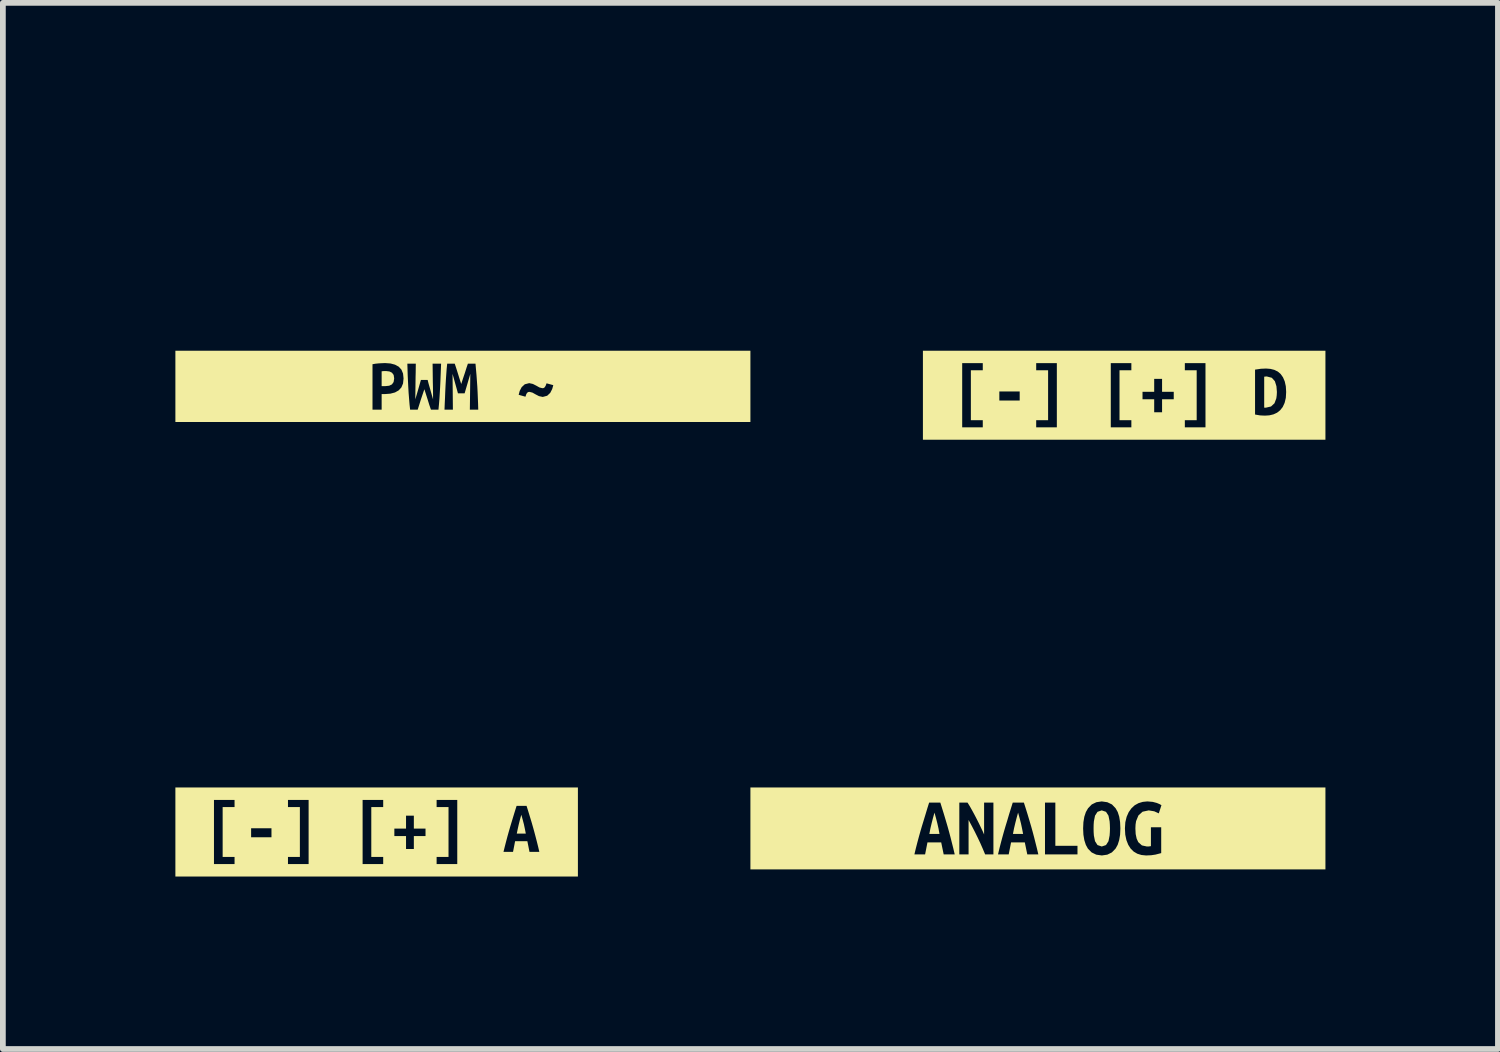
<source format=kicad_pcb>
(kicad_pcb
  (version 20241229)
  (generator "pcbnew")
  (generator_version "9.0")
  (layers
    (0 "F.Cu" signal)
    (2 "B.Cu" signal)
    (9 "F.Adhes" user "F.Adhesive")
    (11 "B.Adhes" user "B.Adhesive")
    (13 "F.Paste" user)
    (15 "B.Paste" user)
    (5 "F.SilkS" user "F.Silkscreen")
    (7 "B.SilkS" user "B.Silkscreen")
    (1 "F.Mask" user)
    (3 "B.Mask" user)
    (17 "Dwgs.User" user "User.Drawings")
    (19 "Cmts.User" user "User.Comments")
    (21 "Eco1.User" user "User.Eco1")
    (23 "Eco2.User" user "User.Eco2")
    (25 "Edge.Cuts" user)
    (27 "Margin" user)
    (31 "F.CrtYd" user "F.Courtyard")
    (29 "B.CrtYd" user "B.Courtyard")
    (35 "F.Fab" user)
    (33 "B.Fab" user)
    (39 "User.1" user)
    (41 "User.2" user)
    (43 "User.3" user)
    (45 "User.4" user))
  (footprint "kibuzzard-681D0124"
    (layer "F.Cu")
    (at 3.5 11.419)
    (property "Reference" "kibuzzard-681D0124" (at 0 -3.822 0) (layer "F.SilkS") (effects (font (size 0.001 0.001) (thickness 0.15))))
    (attr board_only exclude_from_pos_files exclude_from_bom)
    (fp_poly (pts (xy 2.516 -0.3) (xy 2.492 -0.214) (xy 2.472 -0.134) (xy 2.454 -0.054) (xy 2.437 0.028) (xy 2.594 0.028) (xy 2.578 -0.054) (xy 2.561 -0.134) (xy 2.54 -0.214) (xy 2.516 -0.3)) (stroke (width 0) (type solid)) (fill yes) (layer "F.SilkS"))
    (fp_poly (pts (xy -3.5 -0.774) (xy -3.5 -0.774) (xy -3.5 0.774) (xy -3.5 0.774) (xy -2.471 0.774) (xy -2.471 0.558) (xy -2.829 0.558) (xy -2.829 -0.558) (xy -2.471 -0.558) (xy -2.471 -0.434) (xy -2.678 -0.434) (xy -2.678 0.434) (xy -2.471 0.434) (xy -2.471 0.558) (xy -2.471 0.774) (xy -1.829 0.774) (xy -1.829 0.092) (xy -2.183 0.092) (xy -2.183 -0.065) (xy -1.829 -0.065) (xy -1.829 0.092) (xy -1.829 0.774) (xy -1.183 0.774) (xy -1.183 0.558) (xy -1.542 0.558) (xy -1.542 0.434) (xy -1.335 0.434) (xy -1.335 -0.434) (xy -1.542 -0.434) (xy -1.542 -0.558) (xy -1.183 -0.558) (xy -1.183 0.558) (xy -1.183 0.774) (xy 0.114 0.774) (xy 0.114 0.558) (xy -0.244 0.558) (xy -0.244 -0.558) (xy 0.114 -0.558) (xy 0.114 -0.434) (xy -0.093 -0.434) (xy -0.093 0.434) (xy 0.114 0.434) (xy 0.114 0.558) (xy 0.114 0.774) (xy 0.647 0.774) (xy 0.647 0.296) (xy 0.511 0.296) (xy 0.511 0.071) (xy 0.308 0.071) (xy 0.308 -0.059) (xy 0.511 -0.059) (xy 0.511 -0.284) (xy 0.647 -0.284) (xy 0.647 -0.059) (xy 0.85 -0.059) (xy 0.85 0.071) (xy 0.647 0.071) (xy 0.647 0.296) (xy 0.647 0.774) (xy 1.402 0.774) (xy 1.402 0.558) (xy 1.043 0.558) (xy 1.043 0.434) (xy 1.25 0.434) (xy 1.25 -0.434) (xy 1.043 -0.434) (xy 1.043 -0.558) (xy 1.402 -0.558) (xy 1.402 0.558) (xy 1.402 0.774) (xy 2.658 0.774) (xy 2.658 0.345) (xy 2.621 0.16) (xy 2.408 0.16) (xy 2.372 0.345) (xy 2.206 0.345) (xy 2.229 0.252) (xy 2.252 0.163) (xy 2.275 0.076) (xy 2.298 -0.006) (xy 2.321 -0.086) (xy 2.35 -0.182) (xy 2.378 -0.275) (xy 2.406 -0.366) (xy 2.434 -0.455) (xy 2.607 -0.455) (xy 2.635 -0.366) (xy 2.663 -0.274) (xy 2.692 -0.179) (xy 2.72 -0.082) (xy 2.742 -0.002) (xy 2.764 0.081) (xy 2.786 0.166) (xy 2.808 0.254) (xy 2.829 0.345) (xy 2.658 0.345) (xy 2.658 0.774) (xy 3.5 0.774) (xy 3.5 0.774) (xy 3.5 -0.774) (xy 3.5 -0.774) (xy -3.5 -0.774)) (stroke (width 0) (type solid)) (fill yes) (layer "F.SilkS")))
  (footprint "kibuzzard-681D0107"
    (layer "F.Cu")
    (at 16.5 3.823)
    (property "Reference" "kibuzzard-681D0107" (at 0 -3.822 0) (layer "F.SilkS") (effects (font (size 0.001 0.001) (thickness 0.15))))
    (attr board_only exclude_from_pos_files exclude_from_bom)
    (fp_poly (pts (xy 2.435 0.216) (xy 2.449 0.217) (xy 2.463 0.217) (xy 2.554 0.196) (xy 2.614 0.14) (xy 2.646 0.054) (xy 2.653 0.001) (xy 2.656 -0.056) (xy 2.648 -0.156) (xy 2.621 -0.243) (xy 2.568 -0.303) (xy 2.481 -0.326) (xy 2.458 -0.325) (xy 2.435 -0.322) (xy 2.435 0.216)) (stroke (width 0) (type solid)) (fill yes) (layer "F.SilkS"))
    (fp_poly (pts (xy -3.5 -0.774) (xy -3.5 -0.774) (xy -3.5 0.774) (xy -3.5 0.774) (xy -2.459 0.774) (xy -2.459 0.558) (xy -2.817 0.558) (xy -2.817 -0.558) (xy -2.459 -0.558) (xy -2.459 -0.434) (xy -2.666 -0.434) (xy -2.666 0.434) (xy -2.459 0.434) (xy -2.459 0.558) (xy -2.459 0.774) (xy -1.817 0.774) (xy -1.817 0.092) (xy -2.171 0.092) (xy -2.171 -0.065) (xy -1.817 -0.065) (xy -1.817 0.092) (xy -1.817 0.774) (xy -1.171 0.774) (xy -1.171 0.558) (xy -1.53 0.558) (xy -1.53 0.434) (xy -1.323 0.434) (xy -1.323 -0.434) (xy -1.53 -0.434) (xy -1.53 -0.558) (xy -1.171 -0.558) (xy -1.171 0.558) (xy -1.171 0.774) (xy 0.125 0.774) (xy 0.125 0.558) (xy -0.233 0.558) (xy -0.233 -0.558) (xy 0.125 -0.558) (xy 0.125 -0.434) (xy -0.081 -0.434) (xy -0.081 0.434) (xy 0.125 0.434) (xy 0.125 0.558) (xy 0.125 0.774) (xy 0.659 0.774) (xy 0.659 0.296) (xy 0.522 0.296) (xy 0.522 0.071) (xy 0.319 0.071) (xy 0.319 -0.059) (xy 0.522 -0.059) (xy 0.522 -0.284) (xy 0.659 -0.284) (xy 0.659 -0.059) (xy 0.862 -0.059) (xy 0.862 0.071) (xy 0.659 0.071) (xy 0.659 0.296) (xy 0.659 0.774) (xy 1.414 0.774) (xy 1.414 0.558) (xy 1.055 0.558) (xy 1.055 0.434) (xy 1.261 0.434) (xy 1.261 -0.434) (xy 1.055 -0.434) (xy 1.055 -0.558) (xy 1.414 -0.558) (xy 1.414 0.558) (xy 1.414 0.774) (xy 2.447 0.774) (xy 2.447 0.355) (xy 2.363 0.351) (xy 2.276 0.336) (xy 2.276 -0.445) (xy 2.378 -0.46) (xy 2.467 -0.464) (xy 2.543 -0.458) (xy 2.611 -0.441) (xy 2.672 -0.411) (xy 2.722 -0.368) (xy 2.762 -0.311) (xy 2.792 -0.241) (xy 2.811 -0.156) (xy 2.817 -0.056) (xy 2.811 0.047) (xy 2.79 0.134) (xy 2.757 0.205) (xy 2.713 0.261) (xy 2.659 0.304) (xy 2.596 0.333) (xy 2.525 0.35) (xy 2.447 0.355) (xy 2.447 0.774) (xy 3.5 0.774) (xy 3.5 0.774) (xy 3.5 -0.774) (xy 3.5 -0.774) (xy -3.5 -0.774)) (stroke (width 0) (type solid)) (fill yes) (layer "F.SilkS")))
  (footprint "kibuzzard-681D14E6"
    (layer "F.Cu")
    (at 5 3.669)
    (property "Reference" "kibuzzard-681D14E6" (at 0 -3.668 0) (layer "F.SilkS") (effects (font (size 0.001 0.001) (thickness 0.15))))
    (attr board_only exclude_from_pos_files exclude_from_bom)
    (fp_poly (pts (xy -1.334 -0.266) (xy -1.374 -0.266) (xy -1.413 -0.262) (xy -1.413 -0.004) (xy -1.349 -0.004) (xy -1.282 -0.011) (xy -1.234 -0.034) (xy -1.205 -0.075) (xy -1.195 -0.138) (xy -1.204 -0.198) (xy -1.233 -0.237) (xy -1.277 -0.259) (xy -1.334 -0.266)) (stroke (width 0) (type solid)) (fill yes) (layer "F.SilkS"))
    (fp_poly (pts (xy -5 -0.62) (xy -5 -0.62) (xy -5 0.62) (xy -5 0.62) (xy -1.413 0.62) (xy -1.413 0.405) (xy -1.572 0.405) (xy -1.572 -0.385) (xy -1.52 -0.394) (xy -1.461 -0.4) (xy -1.403 -0.403) (xy -1.353 -0.405) (xy -1.258 -0.398) (xy -1.18 -0.377) (xy -1.116 -0.342) (xy -1.069 -0.291) (xy -1.041 -0.223) (xy -1.032 -0.137) (xy -1.041 -0.05) (xy -1.07 0.019) (xy -1.117 0.07) (xy -1.181 0.106) (xy -1.261 0.127) (xy -1.356 0.134) (xy -1.413 0.134) (xy -1.413 0.405) (xy -1.413 0.62) (xy -0.425 0.62) (xy -0.425 0.405) (xy -0.556 0.405) (xy -0.585 0.32) (xy -0.613 0.229) (xy -0.642 0.138) (xy -0.67 0.05) (xy -0.699 0.135) (xy -0.73 0.227) (xy -0.759 0.32) (xy -0.786 0.405) (xy -0.918 0.405) (xy -0.928 0.313) (xy -0.936 0.215) (xy -0.944 0.114) (xy -0.95 0.012) (xy -0.955 -0.091) (xy -0.96 -0.195) (xy -0.963 -0.297) (xy -0.966 -0.395) (xy -0.819 -0.395) (xy -0.82 -0.318) (xy -0.821 -0.238) (xy -0.823 -0.157) (xy -0.824 -0.076) (xy -0.825 0.004) (xy -0.826 0.082) (xy -0.827 0.157) (xy -0.828 0.226) (xy -0.801 0.136) (xy -0.773 0.039) (xy -0.748 -0.049) (xy -0.73 -0.112) (xy -0.613 -0.112) (xy -0.598 -0.052) (xy -0.575 0.028) (xy -0.548 0.123) (xy -0.519 0.226) (xy -0.519 0.157) (xy -0.52 0.082) (xy -0.521 0.004) (xy -0.523 -0.075) (xy -0.524 -0.156) (xy -0.525 -0.237) (xy -0.526 -0.318) (xy -0.527 -0.395) (xy -0.379 -0.395) (xy -0.383 -0.296) (xy -0.387 -0.193) (xy -0.391 -0.089) (xy -0.396 0.014) (xy -0.402 0.116) (xy -0.408 0.216) (xy -0.416 0.313) (xy -0.425 0.405) (xy -0.425 0.62) (xy 0.267 0.62) (xy 0.267 0.405) (xy 0.121 0.405) (xy 0.129 -0.217) (xy 0.03 0.121) (xy -0.086 0.121) (xy -0.18 -0.217) (xy -0.174 0.405) (xy -0.32 0.405) (xy -0.316 0.304) (xy -0.311 0.2) (xy -0.307 0.095) (xy -0.302 -0.01) (xy -0.296 -0.113) (xy -0.289 -0.213) (xy -0.282 -0.308) (xy -0.273 -0.395) (xy -0.142 -0.395) (xy -0.119 -0.326) (xy -0.09 -0.234) (xy -0.059 -0.134) (xy -0.029 -0.041) (xy 0.003 -0.14) (xy 0.036 -0.238) (xy 0.064 -0.327) (xy 0.087 -0.395) (xy 0.219 -0.395) (xy 0.228 -0.292) (xy 0.237 -0.191) (xy 0.244 -0.092) (xy 0.251 0.006) (xy 0.256 0.104) (xy 0.26 0.202) (xy 0.264 0.302) (xy 0.267 0.405) (xy 0.267 0.62) (xy 1.389 0.62) (xy 1.389 0.184) (xy 1.323 0.17) (xy 1.265 0.14) (xy 1.21 0.109) (xy 1.159 0.096) (xy 1.139 0.098) (xy 1.12 0.109) (xy 1.103 0.134) (xy 1.088 0.18) (xy 0.97 0.147) (xy 0.988 0.079) (xy 1.022 0.014) (xy 1.076 -0.036) (xy 1.153 -0.056) (xy 1.217 -0.042) (xy 1.276 -0.012) (xy 1.331 0.019) (xy 1.382 0.032) (xy 1.402 0.03) (xy 1.421 0.018) (xy 1.438 -0.008) (xy 1.455 -0.053) (xy 1.572 -0.021) (xy 1.553 0.047) (xy 1.519 0.113) (xy 1.466 0.163) (xy 1.389 0.184) (xy 1.389 0.62) (xy 5 0.62) (xy 5 0.62) (xy 5 -0.62) (xy 5 -0.62) (xy -5 -0.62)) (stroke (width 0) (type solid)) (fill yes) (layer "F.SilkS")))
  (footprint "kibuzzard-681D1422"
    (layer "F.Cu")
    (at 15 11.357)
    (property "Reference" "kibuzzard-681D1422" (at 0 -3.76 0) (layer "F.SilkS") (effects (font (size 0.001 0.001) (thickness 0.15))))
    (attr board_only exclude_from_pos_files exclude_from_bom)
    (fp_poly (pts (xy -1.799 -0.275) (xy -1.826 -0.178) (xy -1.849 -0.088) (xy -1.87 0.001) (xy -1.888 0.095) (xy -1.712 0.095) (xy -1.729 0.001) (xy -1.749 -0.088) (xy -1.772 -0.178) (xy -1.799 -0.275)) (stroke (width 0) (type solid)) (fill yes) (layer "F.SilkS"))
    (fp_poly (pts (xy -0.345 -0.275) (xy -0.372 -0.178) (xy -0.395 -0.088) (xy -0.416 0.001) (xy -0.434 0.095) (xy -0.258 0.095) (xy -0.276 0.001) (xy -0.295 -0.088) (xy -0.318 -0.178) (xy -0.345 -0.275)) (stroke (width 0) (type solid)) (fill yes) (layer "F.SilkS"))
    (fp_poly (pts (xy 0.968 0) (xy 0.969 0.063) (xy 0.973 0.123) (xy 0.993 0.222) (xy 1.036 0.289) (xy 1.11 0.314) (xy 1.184 0.289) (xy 1.227 0.222) (xy 1.247 0.122) (xy 1.251 0.063) (xy 1.253 0) (xy 1.251 -0.063) (xy 1.247 -0.123) (xy 1.227 -0.222) (xy 1.184 -0.289) (xy 1.11 -0.314) (xy 1.036 -0.289) (xy 0.993 -0.222) (xy 0.973 -0.122) (xy 0.969 -0.063) (xy 0.968 0)) (stroke (width 0) (type solid)) (fill yes) (layer "F.SilkS"))
    (fp_poly (pts (xy -5 -0.712) (xy -5 -0.712) (xy -5 0.712) (xy -5 0.712) (xy -1.639 0.712) (xy -1.639 0.451) (xy -1.682 0.243) (xy -1.921 0.243) (xy -1.962 0.451) (xy -2.148 0.451) (xy -2.123 0.346) (xy -2.097 0.245) (xy -2.071 0.148) (xy -2.045 0.055) (xy -2.019 -0.034) (xy -1.986 -0.142) (xy -1.954 -0.247) (xy -1.923 -0.35) (xy -1.892 -0.449) (xy -1.697 -0.449) (xy -1.666 -0.349) (xy -1.634 -0.246) (xy -1.602 -0.139) (xy -1.57 -0.03) (xy -1.545 0.06) (xy -1.52 0.154) (xy -1.496 0.25) (xy -1.471 0.349) (xy -1.447 0.451) (xy -1.639 0.451) (xy -1.639 0.712) (xy -0.918 0.712) (xy -0.918 0.451) (xy -0.96 0.351) (xy -1.004 0.251) (xy -1.051 0.152) (xy -1.1 0.053) (xy -1.152 -0.047) (xy -1.206 -0.147) (xy -1.206 0.451) (xy -1.367 0.451) (xy -1.367 -0.449) (xy -1.224 -0.449) (xy -1.183 -0.383) (xy -1.142 -0.31) (xy -1.102 -0.236) (xy -1.063 -0.161) (xy -1.026 -0.088) (xy -0.992 -0.017) (xy -0.961 0.048) (xy -0.936 0.105) (xy -0.936 -0.449) (xy -0.774 -0.449) (xy -0.774 0.451) (xy -0.918 0.451) (xy -0.918 0.712) (xy -0.185 0.712) (xy -0.185 0.451) (xy -0.228 0.243) (xy -0.467 0.243) (xy -0.508 0.451) (xy -0.694 0.451) (xy -0.669 0.346) (xy -0.643 0.245) (xy -0.617 0.148) (xy -0.591 0.055) (xy -0.565 -0.034) (xy -0.532 -0.142) (xy -0.501 -0.247) (xy -0.469 -0.35) (xy -0.438 -0.449) (xy -0.244 -0.449) (xy -0.212 -0.349) (xy -0.18 -0.246) (xy -0.148 -0.139) (xy -0.116 -0.03) (xy -0.091 0.06) (xy -0.066 0.154) (xy -0.042 0.25) (xy -0.017 0.349) (xy 0.007 0.451) (xy -0.185 0.451) (xy -0.185 0.712) (xy 0.688 0.712) (xy 0.688 0.451) (xy 0.123 0.451) (xy 0.123 -0.449) (xy 0.303 -0.449) (xy 0.303 0.302) (xy 0.688 0.302) (xy 0.688 0.451) (xy 0.688 0.712) (xy 1.112 0.712) (xy 1.112 0.47) (xy 1.014 0.456) (xy 0.934 0.417) (xy 0.869 0.351) (xy 0.833 0.285) (xy 0.807 0.204) (xy 0.791 0.109) (xy 0.786 0) (xy 0.791 -0.109) (xy 0.807 -0.204) (xy 0.834 -0.285) (xy 0.872 -0.351) (xy 0.936 -0.417) (xy 1.016 -0.456) (xy 1.11 -0.47) (xy 1.207 -0.456) (xy 1.288 -0.417) (xy 1.351 -0.351) (xy 1.388 -0.285) (xy 1.414 -0.204) (xy 1.429 -0.109) (xy 1.434 0) (xy 1.429 0.109) (xy 1.413 0.204) (xy 1.387 0.285) (xy 1.35 0.351) (xy 1.286 0.417) (xy 1.207 0.456) (xy 1.112 0.47) (xy 1.112 0.712) (xy 1.881 0.712) (xy 1.881 0.47) (xy 1.801 0.462) (xy 1.729 0.44) (xy 1.666 0.403) (xy 1.613 0.351) (xy 1.571 0.285) (xy 1.539 0.204) (xy 1.519 0.109) (xy 1.513 0) (xy 1.52 -0.108) (xy 1.543 -0.203) (xy 1.579 -0.284) (xy 1.626 -0.35) (xy 1.683 -0.403) (xy 1.75 -0.44) (xy 1.824 -0.462) (xy 1.903 -0.47) (xy 1.996 -0.462) (xy 2.068 -0.443) (xy 2.118 -0.422) (xy 2.148 -0.404) (xy 2.102 -0.262) (xy 2.023 -0.298) (xy 1.927 -0.314) (xy 1.82 -0.291) (xy 1.748 -0.226) (xy 1.707 -0.127) (xy 1.698 -0.067) (xy 1.695 0) (xy 1.7 0.098) (xy 1.717 0.177) (xy 1.745 0.238) (xy 1.808 0.295) (xy 1.895 0.314) (xy 1.93 0.313) (xy 1.965 0.308) (xy 1.965 -0.02) (xy 2.144 -0.02) (xy 2.144 0.429) (xy 2.044 0.455) (xy 1.97 0.466) (xy 1.881 0.47) (xy 1.881 0.712) (xy 5 0.712) (xy 5 0.712) (xy 5 -0.712) (xy 5 -0.712) (xy -5 -0.712)) (stroke (width 0) (type solid)) (fill yes) (layer "F.SilkS")))
  (gr_rect
    (start -3 -3)
    (end 23 15.193)
    (stroke (width 0.1) (type default))
    (fill no)
    (layer "Edge.Cuts")))
</source>
